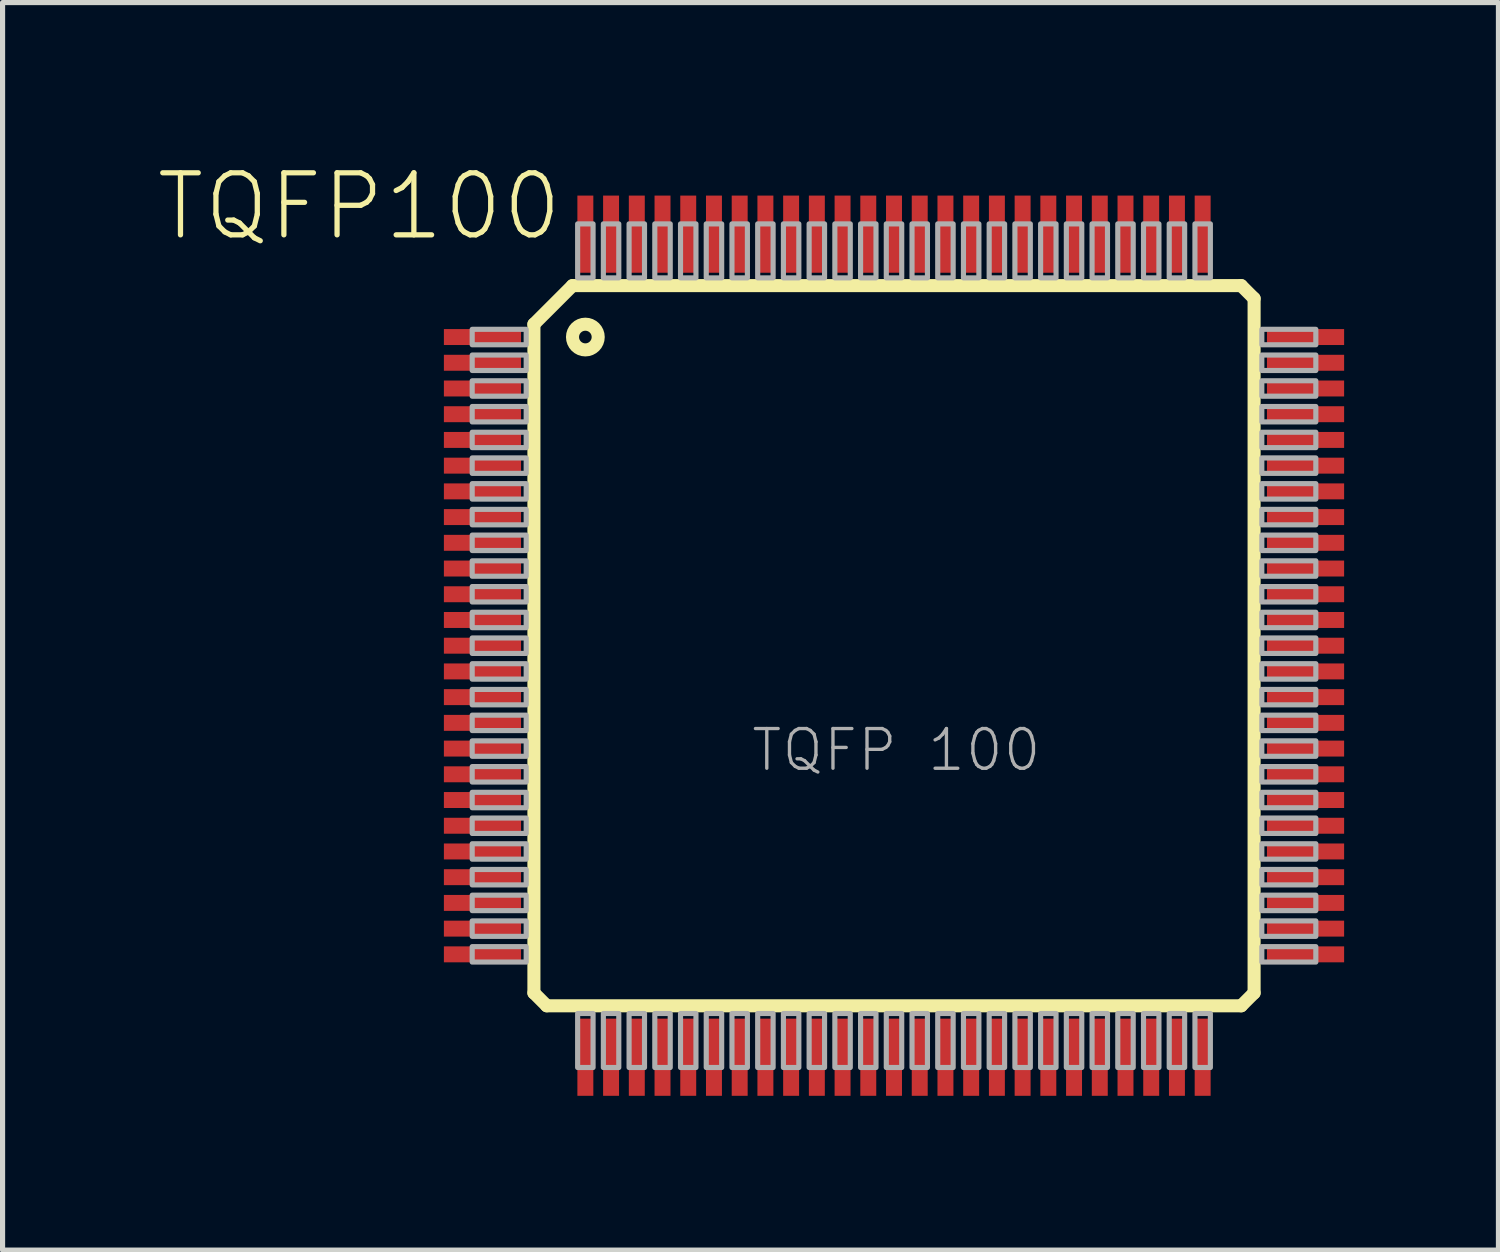
<source format=kicad_pcb>
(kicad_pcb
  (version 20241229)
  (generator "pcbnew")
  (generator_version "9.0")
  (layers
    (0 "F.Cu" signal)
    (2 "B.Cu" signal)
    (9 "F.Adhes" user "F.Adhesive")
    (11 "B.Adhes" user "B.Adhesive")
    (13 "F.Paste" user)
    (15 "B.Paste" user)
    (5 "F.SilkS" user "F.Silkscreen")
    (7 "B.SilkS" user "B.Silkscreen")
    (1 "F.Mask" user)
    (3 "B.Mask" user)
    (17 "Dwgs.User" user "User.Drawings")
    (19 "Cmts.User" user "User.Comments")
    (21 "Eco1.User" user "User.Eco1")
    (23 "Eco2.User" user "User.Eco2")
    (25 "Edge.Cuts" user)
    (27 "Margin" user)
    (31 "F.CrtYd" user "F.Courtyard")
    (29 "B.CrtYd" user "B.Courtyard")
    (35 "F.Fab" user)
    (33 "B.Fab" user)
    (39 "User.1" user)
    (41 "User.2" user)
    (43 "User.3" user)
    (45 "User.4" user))
  (footprint "TQFP100"
    (layer "F.Cu")
    (at 14.329 9.502)
    (property "Reference" "TQFP100" (at -6.395 -9.245 0) (layer "F.SilkS") (effects (font (size 1.206 1.206) (thickness 0.102)) (justify right top)))
    (attr through_hole)
    (fp_line (start -7 -6.25) (end -6.25 -7) (stroke (width 0.254) (type solid)) (layer "F.SilkS"))
    (fp_line (start -7 6.75) (end -7 -6.25) (stroke (width 0.254) (type solid)) (layer "F.SilkS"))
    (fp_line (start -6.75 7) (end -7 6.75) (stroke (width 0.254) (type solid)) (layer "F.SilkS"))
    (fp_line (start -6.25 -7) (end 6.75 -7) (stroke (width 0.254) (type solid)) (layer "F.SilkS"))
    (fp_line (start 6.75 -7) (end 7 -6.75) (stroke (width 0.254) (type solid)) (layer "F.SilkS"))
    (fp_line (start 6.75 7) (end -6.75 7) (stroke (width 0.254) (type solid)) (layer "F.SilkS"))
    (fp_line (start 7 -6.75) (end 7 6.75) (stroke (width 0.254) (type solid)) (layer "F.SilkS"))
    (fp_line (start 7 6.75) (end 6.75 7) (stroke (width 0.254) (type solid)) (layer "F.SilkS"))
    (fp_circle (center -6 -6) (end -5.75 -6) (stroke (width 0.254) (type solid)) (fill no) (layer "F.SilkS"))
    (fp_poly (pts (xy -8.2 -5.85) (xy -7.15 -5.85) (xy -7.15 -6.15) (xy -8.2 -6.15)) (stroke (width 0.1) (type solid)) (fill no) (layer "F.Fab"))
    (fp_poly (pts (xy -8.2 -5.35) (xy -7.15 -5.35) (xy -7.15 -5.65) (xy -8.2 -5.65)) (stroke (width 0.1) (type solid)) (fill no) (layer "F.Fab"))
    (fp_poly (pts (xy -8.2 -4.85) (xy -7.15 -4.85) (xy -7.15 -5.15) (xy -8.2 -5.15)) (stroke (width 0.1) (type solid)) (fill no) (layer "F.Fab"))
    (fp_poly (pts (xy -8.2 -4.35) (xy -7.15 -4.35) (xy -7.15 -4.65) (xy -8.2 -4.65)) (stroke (width 0.1) (type solid)) (fill no) (layer "F.Fab"))
    (fp_poly (pts (xy -8.2 -3.85) (xy -7.15 -3.85) (xy -7.15 -4.15) (xy -8.2 -4.15)) (stroke (width 0.1) (type solid)) (fill no) (layer "F.Fab"))
    (fp_poly (pts (xy -8.2 -3.35) (xy -7.15 -3.35) (xy -7.15 -3.65) (xy -8.2 -3.65)) (stroke (width 0.1) (type solid)) (fill no) (layer "F.Fab"))
    (fp_poly (pts (xy -8.2 -2.85) (xy -7.15 -2.85) (xy -7.15 -3.15) (xy -8.2 -3.15)) (stroke (width 0.1) (type solid)) (fill no) (layer "F.Fab"))
    (fp_poly (pts (xy -8.2 -2.35) (xy -7.15 -2.35) (xy -7.15 -2.65) (xy -8.2 -2.65)) (stroke (width 0.1) (type solid)) (fill no) (layer "F.Fab"))
    (fp_poly (pts (xy -8.2 -1.85) (xy -7.15 -1.85) (xy -7.15 -2.15) (xy -8.2 -2.15)) (stroke (width 0.1) (type solid)) (fill no) (layer "F.Fab"))
    (fp_poly (pts (xy -8.2 -1.35) (xy -7.15 -1.35) (xy -7.15 -1.65) (xy -8.2 -1.65)) (stroke (width 0.1) (type solid)) (fill no) (layer "F.Fab"))
    (fp_poly (pts (xy -8.2 -0.85) (xy -7.15 -0.85) (xy -7.15 -1.15) (xy -8.2 -1.15)) (stroke (width 0.1) (type solid)) (fill no) (layer "F.Fab"))
    (fp_poly (pts (xy -8.2 -0.35) (xy -7.15 -0.35) (xy -7.15 -0.65) (xy -8.2 -0.65)) (stroke (width 0.1) (type solid)) (fill no) (layer "F.Fab"))
    (fp_poly (pts (xy -8.2 0.15) (xy -7.15 0.15) (xy -7.15 -0.15) (xy -8.2 -0.15)) (stroke (width 0.1) (type solid)) (fill no) (layer "F.Fab"))
    (fp_poly (pts (xy -8.2 0.65) (xy -7.15 0.65) (xy -7.15 0.35) (xy -8.2 0.35)) (stroke (width 0.1) (type solid)) (fill no) (layer "F.Fab"))
    (fp_poly (pts (xy -8.2 1.15) (xy -7.15 1.15) (xy -7.15 0.85) (xy -8.2 0.85)) (stroke (width 0.1) (type solid)) (fill no) (layer "F.Fab"))
    (fp_poly (pts (xy -8.2 1.65) (xy -7.15 1.65) (xy -7.15 1.35) (xy -8.2 1.35)) (stroke (width 0.1) (type solid)) (fill no) (layer "F.Fab"))
    (fp_poly (pts (xy -8.2 2.15) (xy -7.15 2.15) (xy -7.15 1.85) (xy -8.2 1.85)) (stroke (width 0.1) (type solid)) (fill no) (layer "F.Fab"))
    (fp_poly (pts (xy -8.2 2.65) (xy -7.15 2.65) (xy -7.15 2.35) (xy -8.2 2.35)) (stroke (width 0.1) (type solid)) (fill no) (layer "F.Fab"))
    (fp_poly (pts (xy -8.2 3.15) (xy -7.15 3.15) (xy -7.15 2.85) (xy -8.2 2.85)) (stroke (width 0.1) (type solid)) (fill no) (layer "F.Fab"))
    (fp_poly (pts (xy -8.2 3.65) (xy -7.15 3.65) (xy -7.15 3.35) (xy -8.2 3.35)) (stroke (width 0.1) (type solid)) (fill no) (layer "F.Fab"))
    (fp_poly (pts (xy -8.2 4.15) (xy -7.15 4.15) (xy -7.15 3.85) (xy -8.2 3.85)) (stroke (width 0.1) (type solid)) (fill no) (layer "F.Fab"))
    (fp_poly (pts (xy -8.2 4.65) (xy -7.15 4.65) (xy -7.15 4.35) (xy -8.2 4.35)) (stroke (width 0.1) (type solid)) (fill no) (layer "F.Fab"))
    (fp_poly (pts (xy -8.2 5.15) (xy -7.15 5.15) (xy -7.15 4.85) (xy -8.2 4.85)) (stroke (width 0.1) (type solid)) (fill no) (layer "F.Fab"))
    (fp_poly (pts (xy -8.2 5.65) (xy -7.15 5.65) (xy -7.15 5.35) (xy -8.2 5.35)) (stroke (width 0.1) (type solid)) (fill no) (layer "F.Fab"))
    (fp_poly (pts (xy -8.2 6.15) (xy -7.15 6.15) (xy -7.15 5.85) (xy -8.2 5.85)) (stroke (width 0.1) (type solid)) (fill no) (layer "F.Fab"))
    (fp_poly (pts (xy -6.15 -7.15) (xy -5.85 -7.15) (xy -5.85 -8.2) (xy -6.15 -8.2)) (stroke (width 0.1) (type solid)) (fill no) (layer "F.Fab"))
    (fp_poly (pts (xy -6.15 8.2) (xy -5.85 8.2) (xy -5.85 7.15) (xy -6.15 7.15)) (stroke (width 0.1) (type solid)) (fill no) (layer "F.Fab"))
    (fp_poly (pts (xy -5.65 -7.15) (xy -5.35 -7.15) (xy -5.35 -8.2) (xy -5.65 -8.2)) (stroke (width 0.1) (type solid)) (fill no) (layer "F.Fab"))
    (fp_poly (pts (xy -5.65 8.2) (xy -5.35 8.2) (xy -5.35 7.15) (xy -5.65 7.15)) (stroke (width 0.1) (type solid)) (fill no) (layer "F.Fab"))
    (fp_poly (pts (xy -5.15 -7.15) (xy -4.85 -7.15) (xy -4.85 -8.2) (xy -5.15 -8.2)) (stroke (width 0.1) (type solid)) (fill no) (layer "F.Fab"))
    (fp_poly (pts (xy -5.15 8.2) (xy -4.85 8.2) (xy -4.85 7.15) (xy -5.15 7.15)) (stroke (width 0.1) (type solid)) (fill no) (layer "F.Fab"))
    (fp_poly (pts (xy -4.65 -7.15) (xy -4.35 -7.15) (xy -4.35 -8.2) (xy -4.65 -8.2)) (stroke (width 0.1) (type solid)) (fill no) (layer "F.Fab"))
    (fp_poly (pts (xy -4.65 8.2) (xy -4.35 8.2) (xy -4.35 7.15) (xy -4.65 7.15)) (stroke (width 0.1) (type solid)) (fill no) (layer "F.Fab"))
    (fp_poly (pts (xy -4.15 -7.15) (xy -3.85 -7.15) (xy -3.85 -8.2) (xy -4.15 -8.2)) (stroke (width 0.1) (type solid)) (fill no) (layer "F.Fab"))
    (fp_poly (pts (xy -4.15 8.2) (xy -3.85 8.2) (xy -3.85 7.15) (xy -4.15 7.15)) (stroke (width 0.1) (type solid)) (fill no) (layer "F.Fab"))
    (fp_poly (pts (xy -3.65 -7.15) (xy -3.35 -7.15) (xy -3.35 -8.2) (xy -3.65 -8.2)) (stroke (width 0.1) (type solid)) (fill no) (layer "F.Fab"))
    (fp_poly (pts (xy -3.65 8.2) (xy -3.35 8.2) (xy -3.35 7.15) (xy -3.65 7.15)) (stroke (width 0.1) (type solid)) (fill no) (layer "F.Fab"))
    (fp_poly (pts (xy -3.15 -7.15) (xy -2.85 -7.15) (xy -2.85 -8.2) (xy -3.15 -8.2)) (stroke (width 0.1) (type solid)) (fill no) (layer "F.Fab"))
    (fp_poly (pts (xy -3.15 8.2) (xy -2.85 8.2) (xy -2.85 7.15) (xy -3.15 7.15)) (stroke (width 0.1) (type solid)) (fill no) (layer "F.Fab"))
    (fp_poly (pts (xy -2.65 -7.15) (xy -2.35 -7.15) (xy -2.35 -8.2) (xy -2.65 -8.2)) (stroke (width 0.1) (type solid)) (fill no) (layer "F.Fab"))
    (fp_poly (pts (xy -2.65 8.2) (xy -2.35 8.2) (xy -2.35 7.15) (xy -2.65 7.15)) (stroke (width 0.1) (type solid)) (fill no) (layer "F.Fab"))
    (fp_poly (pts (xy -2.15 -7.15) (xy -1.85 -7.15) (xy -1.85 -8.2) (xy -2.15 -8.2)) (stroke (width 0.1) (type solid)) (fill no) (layer "F.Fab"))
    (fp_poly (pts (xy -2.15 8.2) (xy -1.85 8.2) (xy -1.85 7.15) (xy -2.15 7.15)) (stroke (width 0.1) (type solid)) (fill no) (layer "F.Fab"))
    (fp_poly (pts (xy -1.65 -7.15) (xy -1.35 -7.15) (xy -1.35 -8.2) (xy -1.65 -8.2)) (stroke (width 0.1) (type solid)) (fill no) (layer "F.Fab"))
    (fp_poly (pts (xy -1.65 8.2) (xy -1.35 8.2) (xy -1.35 7.15) (xy -1.65 7.15)) (stroke (width 0.1) (type solid)) (fill no) (layer "F.Fab"))
    (fp_poly (pts (xy -1.15 -7.15) (xy -0.85 -7.15) (xy -0.85 -8.2) (xy -1.15 -8.2)) (stroke (width 0.1) (type solid)) (fill no) (layer "F.Fab"))
    (fp_poly (pts (xy -1.15 8.2) (xy -0.85 8.2) (xy -0.85 7.15) (xy -1.15 7.15)) (stroke (width 0.1) (type solid)) (fill no) (layer "F.Fab"))
    (fp_poly (pts (xy -0.65 -7.15) (xy -0.35 -7.15) (xy -0.35 -8.2) (xy -0.65 -8.2)) (stroke (width 0.1) (type solid)) (fill no) (layer "F.Fab"))
    (fp_poly (pts (xy -0.65 8.2) (xy -0.35 8.2) (xy -0.35 7.15) (xy -0.65 7.15)) (stroke (width 0.1) (type solid)) (fill no) (layer "F.Fab"))
    (fp_poly (pts (xy -0.15 -7.15) (xy 0.15 -7.15) (xy 0.15 -8.2) (xy -0.15 -8.2)) (stroke (width 0.1) (type solid)) (fill no) (layer "F.Fab"))
    (fp_poly (pts (xy -0.15 8.2) (xy 0.15 8.2) (xy 0.15 7.15) (xy -0.15 7.15)) (stroke (width 0.1) (type solid)) (fill no) (layer "F.Fab"))
    (fp_poly (pts (xy 0.35 -7.15) (xy 0.65 -7.15) (xy 0.65 -8.2) (xy 0.35 -8.2)) (stroke (width 0.1) (type solid)) (fill no) (layer "F.Fab"))
    (fp_poly (pts (xy 0.35 8.2) (xy 0.65 8.2) (xy 0.65 7.15) (xy 0.35 7.15)) (stroke (width 0.1) (type solid)) (fill no) (layer "F.Fab"))
    (fp_poly (pts (xy 0.85 -7.15) (xy 1.15 -7.15) (xy 1.15 -8.2) (xy 0.85 -8.2)) (stroke (width 0.1) (type solid)) (fill no) (layer "F.Fab"))
    (fp_poly (pts (xy 0.85 8.2) (xy 1.15 8.2) (xy 1.15 7.15) (xy 0.85 7.15)) (stroke (width 0.1) (type solid)) (fill no) (layer "F.Fab"))
    (fp_poly (pts (xy 1.35 -7.15) (xy 1.65 -7.15) (xy 1.65 -8.2) (xy 1.35 -8.2)) (stroke (width 0.1) (type solid)) (fill no) (layer "F.Fab"))
    (fp_poly (pts (xy 1.35 8.2) (xy 1.65 8.2) (xy 1.65 7.15) (xy 1.35 7.15)) (stroke (width 0.1) (type solid)) (fill no) (layer "F.Fab"))
    (fp_poly (pts (xy 1.85 -7.15) (xy 2.15 -7.15) (xy 2.15 -8.2) (xy 1.85 -8.2)) (stroke (width 0.1) (type solid)) (fill no) (layer "F.Fab"))
    (fp_poly (pts (xy 1.85 8.2) (xy 2.15 8.2) (xy 2.15 7.15) (xy 1.85 7.15)) (stroke (width 0.1) (type solid)) (fill no) (layer "F.Fab"))
    (fp_poly (pts (xy 2.35 -7.15) (xy 2.65 -7.15) (xy 2.65 -8.2) (xy 2.35 -8.2)) (stroke (width 0.1) (type solid)) (fill no) (layer "F.Fab"))
    (fp_poly (pts (xy 2.35 8.2) (xy 2.65 8.2) (xy 2.65 7.15) (xy 2.35 7.15)) (stroke (width 0.1) (type solid)) (fill no) (layer "F.Fab"))
    (fp_poly (pts (xy 2.85 -7.15) (xy 3.15 -7.15) (xy 3.15 -8.2) (xy 2.85 -8.2)) (stroke (width 0.1) (type solid)) (fill no) (layer "F.Fab"))
    (fp_poly (pts (xy 2.85 8.2) (xy 3.15 8.2) (xy 3.15 7.15) (xy 2.85 7.15)) (stroke (width 0.1) (type solid)) (fill no) (layer "F.Fab"))
    (fp_poly (pts (xy 3.35 -7.15) (xy 3.65 -7.15) (xy 3.65 -8.2) (xy 3.35 -8.2)) (stroke (width 0.1) (type solid)) (fill no) (layer "F.Fab"))
    (fp_poly (pts (xy 3.35 8.2) (xy 3.65 8.2) (xy 3.65 7.15) (xy 3.35 7.15)) (stroke (width 0.1) (type solid)) (fill no) (layer "F.Fab"))
    (fp_poly (pts (xy 3.85 -7.15) (xy 4.15 -7.15) (xy 4.15 -8.2) (xy 3.85 -8.2)) (stroke (width 0.1) (type solid)) (fill no) (layer "F.Fab"))
    (fp_poly (pts (xy 3.85 8.2) (xy 4.15 8.2) (xy 4.15 7.15) (xy 3.85 7.15)) (stroke (width 0.1) (type solid)) (fill no) (layer "F.Fab"))
    (fp_poly (pts (xy 4.35 -7.15) (xy 4.65 -7.15) (xy 4.65 -8.2) (xy 4.35 -8.2)) (stroke (width 0.1) (type solid)) (fill no) (layer "F.Fab"))
    (fp_poly (pts (xy 4.35 8.2) (xy 4.65 8.2) (xy 4.65 7.15) (xy 4.35 7.15)) (stroke (width 0.1) (type solid)) (fill no) (layer "F.Fab"))
    (fp_poly (pts (xy 4.85 -7.15) (xy 5.15 -7.15) (xy 5.15 -8.2) (xy 4.85 -8.2)) (stroke (width 0.1) (type solid)) (fill no) (layer "F.Fab"))
    (fp_poly (pts (xy 4.85 8.2) (xy 5.15 8.2) (xy 5.15 7.15) (xy 4.85 7.15)) (stroke (width 0.1) (type solid)) (fill no) (layer "F.Fab"))
    (fp_poly (pts (xy 5.35 -7.15) (xy 5.65 -7.15) (xy 5.65 -8.2) (xy 5.35 -8.2)) (stroke (width 0.1) (type solid)) (fill no) (layer "F.Fab"))
    (fp_poly (pts (xy 5.35 8.2) (xy 5.65 8.2) (xy 5.65 7.15) (xy 5.35 7.15)) (stroke (width 0.1) (type solid)) (fill no) (layer "F.Fab"))
    (fp_poly (pts (xy 5.85 -7.15) (xy 6.15 -7.15) (xy 6.15 -8.2) (xy 5.85 -8.2)) (stroke (width 0.1) (type solid)) (fill no) (layer "F.Fab"))
    (fp_poly (pts (xy 5.85 8.2) (xy 6.15 8.2) (xy 6.15 7.15) (xy 5.85 7.15)) (stroke (width 0.1) (type solid)) (fill no) (layer "F.Fab"))
    (fp_poly (pts (xy 7.15 -5.85) (xy 8.2 -5.85) (xy 8.2 -6.15) (xy 7.15 -6.15)) (stroke (width 0.1) (type solid)) (fill no) (layer "F.Fab"))
    (fp_poly (pts (xy 7.15 -5.35) (xy 8.2 -5.35) (xy 8.2 -5.65) (xy 7.15 -5.65)) (stroke (width 0.1) (type solid)) (fill no) (layer "F.Fab"))
    (fp_poly (pts (xy 7.15 -4.85) (xy 8.2 -4.85) (xy 8.2 -5.15) (xy 7.15 -5.15)) (stroke (width 0.1) (type solid)) (fill no) (layer "F.Fab"))
    (fp_poly (pts (xy 7.15 -4.35) (xy 8.2 -4.35) (xy 8.2 -4.65) (xy 7.15 -4.65)) (stroke (width 0.1) (type solid)) (fill no) (layer "F.Fab"))
    (fp_poly (pts (xy 7.15 -3.85) (xy 8.2 -3.85) (xy 8.2 -4.15) (xy 7.15 -4.15)) (stroke (width 0.1) (type solid)) (fill no) (layer "F.Fab"))
    (fp_poly (pts (xy 7.15 -3.35) (xy 8.2 -3.35) (xy 8.2 -3.65) (xy 7.15 -3.65)) (stroke (width 0.1) (type solid)) (fill no) (layer "F.Fab"))
    (fp_poly (pts (xy 7.15 -2.85) (xy 8.2 -2.85) (xy 8.2 -3.15) (xy 7.15 -3.15)) (stroke (width 0.1) (type solid)) (fill no) (layer "F.Fab"))
    (fp_poly (pts (xy 7.15 -2.35) (xy 8.2 -2.35) (xy 8.2 -2.65) (xy 7.15 -2.65)) (stroke (width 0.1) (type solid)) (fill no) (layer "F.Fab"))
    (fp_poly (pts (xy 7.15 -1.85) (xy 8.2 -1.85) (xy 8.2 -2.15) (xy 7.15 -2.15)) (stroke (width 0.1) (type solid)) (fill no) (layer "F.Fab"))
    (fp_poly (pts (xy 7.15 -1.35) (xy 8.2 -1.35) (xy 8.2 -1.65) (xy 7.15 -1.65)) (stroke (width 0.1) (type solid)) (fill no) (layer "F.Fab"))
    (fp_poly (pts (xy 7.15 -0.85) (xy 8.2 -0.85) (xy 8.2 -1.15) (xy 7.15 -1.15)) (stroke (width 0.1) (type solid)) (fill no) (layer "F.Fab"))
    (fp_poly (pts (xy 7.15 -0.35) (xy 8.2 -0.35) (xy 8.2 -0.65) (xy 7.15 -0.65)) (stroke (width 0.1) (type solid)) (fill no) (layer "F.Fab"))
    (fp_poly (pts (xy 7.15 0.15) (xy 8.2 0.15) (xy 8.2 -0.15) (xy 7.15 -0.15)) (stroke (width 0.1) (type solid)) (fill no) (layer "F.Fab"))
    (fp_poly (pts (xy 7.15 0.65) (xy 8.2 0.65) (xy 8.2 0.35) (xy 7.15 0.35)) (stroke (width 0.1) (type solid)) (fill no) (layer "F.Fab"))
    (fp_poly (pts (xy 7.15 1.15) (xy 8.2 1.15) (xy 8.2 0.85) (xy 7.15 0.85)) (stroke (width 0.1) (type solid)) (fill no) (layer "F.Fab"))
    (fp_poly (pts (xy 7.15 1.65) (xy 8.2 1.65) (xy 8.2 1.35) (xy 7.15 1.35)) (stroke (width 0.1) (type solid)) (fill no) (layer "F.Fab"))
    (fp_poly (pts (xy 7.15 2.15) (xy 8.2 2.15) (xy 8.2 1.85) (xy 7.15 1.85)) (stroke (width 0.1) (type solid)) (fill no) (layer "F.Fab"))
    (fp_poly (pts (xy 7.15 2.65) (xy 8.2 2.65) (xy 8.2 2.35) (xy 7.15 2.35)) (stroke (width 0.1) (type solid)) (fill no) (layer "F.Fab"))
    (fp_poly (pts (xy 7.15 3.15) (xy 8.2 3.15) (xy 8.2 2.85) (xy 7.15 2.85)) (stroke (width 0.1) (type solid)) (fill no) (layer "F.Fab"))
    (fp_poly (pts (xy 7.15 3.65) (xy 8.2 3.65) (xy 8.2 3.35) (xy 7.15 3.35)) (stroke (width 0.1) (type solid)) (fill no) (layer "F.Fab"))
    (fp_poly (pts (xy 7.15 4.15) (xy 8.2 4.15) (xy 8.2 3.85) (xy 7.15 3.85)) (stroke (width 0.1) (type solid)) (fill no) (layer "F.Fab"))
    (fp_poly (pts (xy 7.15 4.65) (xy 8.2 4.65) (xy 8.2 4.35) (xy 7.15 4.35)) (stroke (width 0.1) (type solid)) (fill no) (layer "F.Fab"))
    (fp_poly (pts (xy 7.15 5.15) (xy 8.2 5.15) (xy 8.2 4.85) (xy 7.15 4.85)) (stroke (width 0.1) (type solid)) (fill no) (layer "F.Fab"))
    (fp_poly (pts (xy 7.15 5.65) (xy 8.2 5.65) (xy 8.2 5.35) (xy 7.15 5.35)) (stroke (width 0.1) (type solid)) (fill no) (layer "F.Fab"))
    (fp_poly (pts (xy 7.15 6.15) (xy 8.2 6.15) (xy 8.2 5.85) (xy 7.15 5.85)) (stroke (width 0.1) (type solid)) (fill no) (layer "F.Fab"))
    (fp_text user "TQFP 100" (at -2.81 2.48 0) (layer "F.Fab") (effects (font (size 0.772 0.772) (thickness 0.065)) (justify left bottom)))
    (pad "1" smd rect (at -8 -6) (size 1.5 0.31) (layers "F.Cu" "F.Mask" "F.Paste"))
    (pad "2" smd rect (at -8 -5.5) (size 1.5 0.31) (layers "F.Cu" "F.Mask" "F.Paste"))
    (pad "3" smd rect (at -8 -5) (size 1.5 0.31) (layers "F.Cu" "F.Mask" "F.Paste"))
    (pad "4" smd rect (at -8 -4.5) (size 1.5 0.31) (layers "F.Cu" "F.Mask" "F.Paste"))
    (pad "5" smd rect (at -8 -4) (size 1.5 0.31) (layers "F.Cu" "F.Mask" "F.Paste"))
    (pad "6" smd rect (at -8 -3.5) (size 1.5 0.31) (layers "F.Cu" "F.Mask" "F.Paste"))
    (pad "7" smd rect (at -8 -3) (size 1.5 0.31) (layers "F.Cu" "F.Mask" "F.Paste"))
    (pad "8" smd rect (at -8 -2.5) (size 1.5 0.31) (layers "F.Cu" "F.Mask" "F.Paste"))
    (pad "9" smd rect (at -8 -2) (size 1.5 0.31) (layers "F.Cu" "F.Mask" "F.Paste"))
    (pad "10" smd rect (at -8 -1.5) (size 1.5 0.31) (layers "F.Cu" "F.Mask" "F.Paste"))
    (pad "11" smd rect (at -8 -1) (size 1.5 0.31) (layers "F.Cu" "F.Mask" "F.Paste"))
    (pad "12" smd rect (at -8 -0.5) (size 1.5 0.31) (layers "F.Cu" "F.Mask" "F.Paste"))
    (pad "13" smd rect (at -8 0) (size 1.5 0.31) (layers "F.Cu" "F.Mask" "F.Paste"))
    (pad "14" smd rect (at -8 0.5) (size 1.5 0.31) (layers "F.Cu" "F.Mask" "F.Paste"))
    (pad "15" smd rect (at -8 1) (size 1.5 0.31) (layers "F.Cu" "F.Mask" "F.Paste"))
    (pad "16" smd rect (at -8 1.5) (size 1.5 0.31) (layers "F.Cu" "F.Mask" "F.Paste"))
    (pad "17" smd rect (at -8 2) (size 1.5 0.31) (layers "F.Cu" "F.Mask" "F.Paste"))
    (pad "18" smd rect (at -8 2.5) (size 1.5 0.31) (layers "F.Cu" "F.Mask" "F.Paste"))
    (pad "19" smd rect (at -8 3) (size 1.5 0.31) (layers "F.Cu" "F.Mask" "F.Paste"))
    (pad "20" smd rect (at -8 3.5) (size 1.5 0.31) (layers "F.Cu" "F.Mask" "F.Paste"))
    (pad "21" smd rect (at -8 4) (size 1.5 0.31) (layers "F.Cu" "F.Mask" "F.Paste"))
    (pad "22" smd rect (at -8 4.5) (size 1.5 0.31) (layers "F.Cu" "F.Mask" "F.Paste"))
    (pad "23" smd rect (at -8 5) (size 1.5 0.31) (layers "F.Cu" "F.Mask" "F.Paste"))
    (pad "24" smd rect (at -8 5.5) (size 1.5 0.31) (layers "F.Cu" "F.Mask" "F.Paste"))
    (pad "25" smd rect (at -8 6) (size 1.5 0.31) (layers "F.Cu" "F.Mask" "F.Paste"))
    (pad "26" smd rect (at -6 8) (size 0.31 1.5) (layers "F.Cu" "F.Mask" "F.Paste"))
    (pad "27" smd rect (at -5.5 8) (size 0.31 1.5) (layers "F.Cu" "F.Mask" "F.Paste"))
    (pad "28" smd rect (at -5 8) (size 0.31 1.5) (layers "F.Cu" "F.Mask" "F.Paste"))
    (pad "29" smd rect (at -4.5 8) (size 0.31 1.5) (layers "F.Cu" "F.Mask" "F.Paste"))
    (pad "30" smd rect (at -4 8) (size 0.31 1.5) (layers "F.Cu" "F.Mask" "F.Paste"))
    (pad "31" smd rect (at -3.5 8) (size 0.31 1.5) (layers "F.Cu" "F.Mask" "F.Paste"))
    (pad "32" smd rect (at -3 8) (size 0.31 1.5) (layers "F.Cu" "F.Mask" "F.Paste"))
    (pad "33" smd rect (at -2.5 8) (size 0.31 1.5) (layers "F.Cu" "F.Mask" "F.Paste"))
    (pad "34" smd rect (at -2 8) (size 0.31 1.5) (layers "F.Cu" "F.Mask" "F.Paste"))
    (pad "35" smd rect (at -1.5 8) (size 0.31 1.5) (layers "F.Cu" "F.Mask" "F.Paste"))
    (pad "36" smd rect (at -1 8) (size 0.31 1.5) (layers "F.Cu" "F.Mask" "F.Paste"))
    (pad "37" smd rect (at -0.5 8) (size 0.31 1.5) (layers "F.Cu" "F.Mask" "F.Paste"))
    (pad "38" smd rect (at 0 8) (size 0.31 1.5) (layers "F.Cu" "F.Mask" "F.Paste"))
    (pad "39" smd rect (at 0.5 8) (size 0.31 1.5) (layers "F.Cu" "F.Mask" "F.Paste"))
    (pad "40" smd rect (at 1 8) (size 0.31 1.5) (layers "F.Cu" "F.Mask" "F.Paste"))
    (pad "41" smd rect (at 1.5 8) (size 0.31 1.5) (layers "F.Cu" "F.Mask" "F.Paste"))
    (pad "42" smd rect (at 2 8) (size 0.31 1.5) (layers "F.Cu" "F.Mask" "F.Paste"))
    (pad "43" smd rect (at 2.5 8) (size 0.31 1.5) (layers "F.Cu" "F.Mask" "F.Paste"))
    (pad "44" smd rect (at 3 8) (size 0.31 1.5) (layers "F.Cu" "F.Mask" "F.Paste"))
    (pad "45" smd rect (at 3.5 8) (size 0.31 1.5) (layers "F.Cu" "F.Mask" "F.Paste"))
    (pad "46" smd rect (at 4 8) (size 0.31 1.5) (layers "F.Cu" "F.Mask" "F.Paste"))
    (pad "47" smd rect (at 4.5 8) (size 0.31 1.5) (layers "F.Cu" "F.Mask" "F.Paste"))
    (pad "48" smd rect (at 5 8) (size 0.31 1.5) (layers "F.Cu" "F.Mask" "F.Paste"))
    (pad "49" smd rect (at 5.5 8) (size 0.31 1.5) (layers "F.Cu" "F.Mask" "F.Paste"))
    (pad "50" smd rect (at 6 8) (size 0.31 1.5) (layers "F.Cu" "F.Mask" "F.Paste"))
    (pad "51" smd rect (at 8 6) (size 1.5 0.31) (layers "F.Cu" "F.Mask" "F.Paste"))
    (pad "52" smd rect (at 8 5.5) (size 1.5 0.31) (layers "F.Cu" "F.Mask" "F.Paste"))
    (pad "53" smd rect (at 8 5) (size 1.5 0.31) (layers "F.Cu" "F.Mask" "F.Paste"))
    (pad "54" smd rect (at 8 4.5) (size 1.5 0.31) (layers "F.Cu" "F.Mask" "F.Paste"))
    (pad "55" smd rect (at 8 4) (size 1.5 0.31) (layers "F.Cu" "F.Mask" "F.Paste"))
    (pad "56" smd rect (at 8 3.5) (size 1.5 0.31) (layers "F.Cu" "F.Mask" "F.Paste"))
    (pad "57" smd rect (at 8 3) (size 1.5 0.31) (layers "F.Cu" "F.Mask" "F.Paste"))
    (pad "58" smd rect (at 8 2.5) (size 1.5 0.31) (layers "F.Cu" "F.Mask" "F.Paste"))
    (pad "59" smd rect (at 8 2) (size 1.5 0.31) (layers "F.Cu" "F.Mask" "F.Paste"))
    (pad "60" smd rect (at 8 1.5) (size 1.5 0.31) (layers "F.Cu" "F.Mask" "F.Paste"))
    (pad "61" smd rect (at 8 1) (size 1.5 0.31) (layers "F.Cu" "F.Mask" "F.Paste"))
    (pad "62" smd rect (at 8 0.5) (size 1.5 0.31) (layers "F.Cu" "F.Mask" "F.Paste"))
    (pad "63" smd rect (at 8 0) (size 1.5 0.31) (layers "F.Cu" "F.Mask" "F.Paste"))
    (pad "64" smd rect (at 8 -0.5) (size 1.5 0.31) (layers "F.Cu" "F.Mask" "F.Paste"))
    (pad "65" smd rect (at 8 -1) (size 1.5 0.31) (layers "F.Cu" "F.Mask" "F.Paste"))
    (pad "66" smd rect (at 8 -1.5) (size 1.5 0.31) (layers "F.Cu" "F.Mask" "F.Paste"))
    (pad "67" smd rect (at 8 -2) (size 1.5 0.31) (layers "F.Cu" "F.Mask" "F.Paste"))
    (pad "68" smd rect (at 8 -2.5) (size 1.5 0.31) (layers "F.Cu" "F.Mask" "F.Paste"))
    (pad "69" smd rect (at 8 -3) (size 1.5 0.31) (layers "F.Cu" "F.Mask" "F.Paste"))
    (pad "70" smd rect (at 8 -3.5) (size 1.5 0.31) (layers "F.Cu" "F.Mask" "F.Paste"))
    (pad "71" smd rect (at 8 -4) (size 1.5 0.31) (layers "F.Cu" "F.Mask" "F.Paste"))
    (pad "72" smd rect (at 8 -4.5) (size 1.5 0.31) (layers "F.Cu" "F.Mask" "F.Paste"))
    (pad "73" smd rect (at 8 -5) (size 1.5 0.31) (layers "F.Cu" "F.Mask" "F.Paste"))
    (pad "74" smd rect (at 8 -5.5) (size 1.5 0.31) (layers "F.Cu" "F.Mask" "F.Paste"))
    (pad "75" smd rect (at 8 -6) (size 1.5 0.31) (layers "F.Cu" "F.Mask" "F.Paste"))
    (pad "76" smd rect (at 6 -8) (size 0.31 1.5) (layers "F.Cu" "F.Mask" "F.Paste"))
    (pad "77" smd rect (at 5.5 -8) (size 0.31 1.5) (layers "F.Cu" "F.Mask" "F.Paste"))
    (pad "78" smd rect (at 5 -8) (size 0.31 1.5) (layers "F.Cu" "F.Mask" "F.Paste"))
    (pad "79" smd rect (at 4.5 -8) (size 0.31 1.5) (layers "F.Cu" "F.Mask" "F.Paste"))
    (pad "80" smd rect (at 4 -8) (size 0.31 1.5) (layers "F.Cu" "F.Mask" "F.Paste"))
    (pad "81" smd rect (at 3.5 -8) (size 0.31 1.5) (layers "F.Cu" "F.Mask" "F.Paste"))
    (pad "82" smd rect (at 3 -8) (size 0.31 1.5) (layers "F.Cu" "F.Mask" "F.Paste"))
    (pad "83" smd rect (at 2.5 -8) (size 0.31 1.5) (layers "F.Cu" "F.Mask" "F.Paste"))
    (pad "84" smd rect (at 2 -8) (size 0.31 1.5) (layers "F.Cu" "F.Mask" "F.Paste"))
    (pad "85" smd rect (at 1.5 -8) (size 0.31 1.5) (layers "F.Cu" "F.Mask" "F.Paste"))
    (pad "86" smd rect (at 1 -8) (size 0.31 1.5) (layers "F.Cu" "F.Mask" "F.Paste"))
    (pad "87" smd rect (at 0.5 -8) (size 0.31 1.5) (layers "F.Cu" "F.Mask" "F.Paste"))
    (pad "88" smd rect (at 0 -8) (size 0.31 1.5) (layers "F.Cu" "F.Mask" "F.Paste"))
    (pad "89" smd rect (at -0.5 -8) (size 0.31 1.5) (layers "F.Cu" "F.Mask" "F.Paste"))
    (pad "90" smd rect (at -1 -8) (size 0.31 1.5) (layers "F.Cu" "F.Mask" "F.Paste"))
    (pad "91" smd rect (at -1.5 -8) (size 0.31 1.5) (layers "F.Cu" "F.Mask" "F.Paste"))
    (pad "92" smd rect (at -2 -8) (size 0.31 1.5) (layers "F.Cu" "F.Mask" "F.Paste"))
    (pad "93" smd rect (at -2.5 -8) (size 0.31 1.5) (layers "F.Cu" "F.Mask" "F.Paste"))
    (pad "94" smd rect (at -3 -8) (size 0.31 1.5) (layers "F.Cu" "F.Mask" "F.Paste"))
    (pad "95" smd rect (at -3.5 -8) (size 0.31 1.5) (layers "F.Cu" "F.Mask" "F.Paste"))
    (pad "96" smd rect (at -4 -8) (size 0.31 1.5) (layers "F.Cu" "F.Mask" "F.Paste"))
    (pad "97" smd rect (at -4.5 -8) (size 0.31 1.5) (layers "F.Cu" "F.Mask" "F.Paste"))
    (pad "98" smd rect (at -5 -8) (size 0.31 1.5) (layers "F.Cu" "F.Mask" "F.Paste"))
    (pad "99" smd rect (at -5.5 -8) (size 0.31 1.5) (layers "F.Cu" "F.Mask" "F.Paste"))
    (pad "100" smd rect (at -6 -8) (size 0.31 1.5) (layers "F.Cu" "F.Mask" "F.Paste")))
  (gr_rect
    (start -3 -3)
    (end 26.079 21.252)
    (stroke (width 0.1) (type default))
    (fill no)
    (layer "Edge.Cuts")))
</source>
